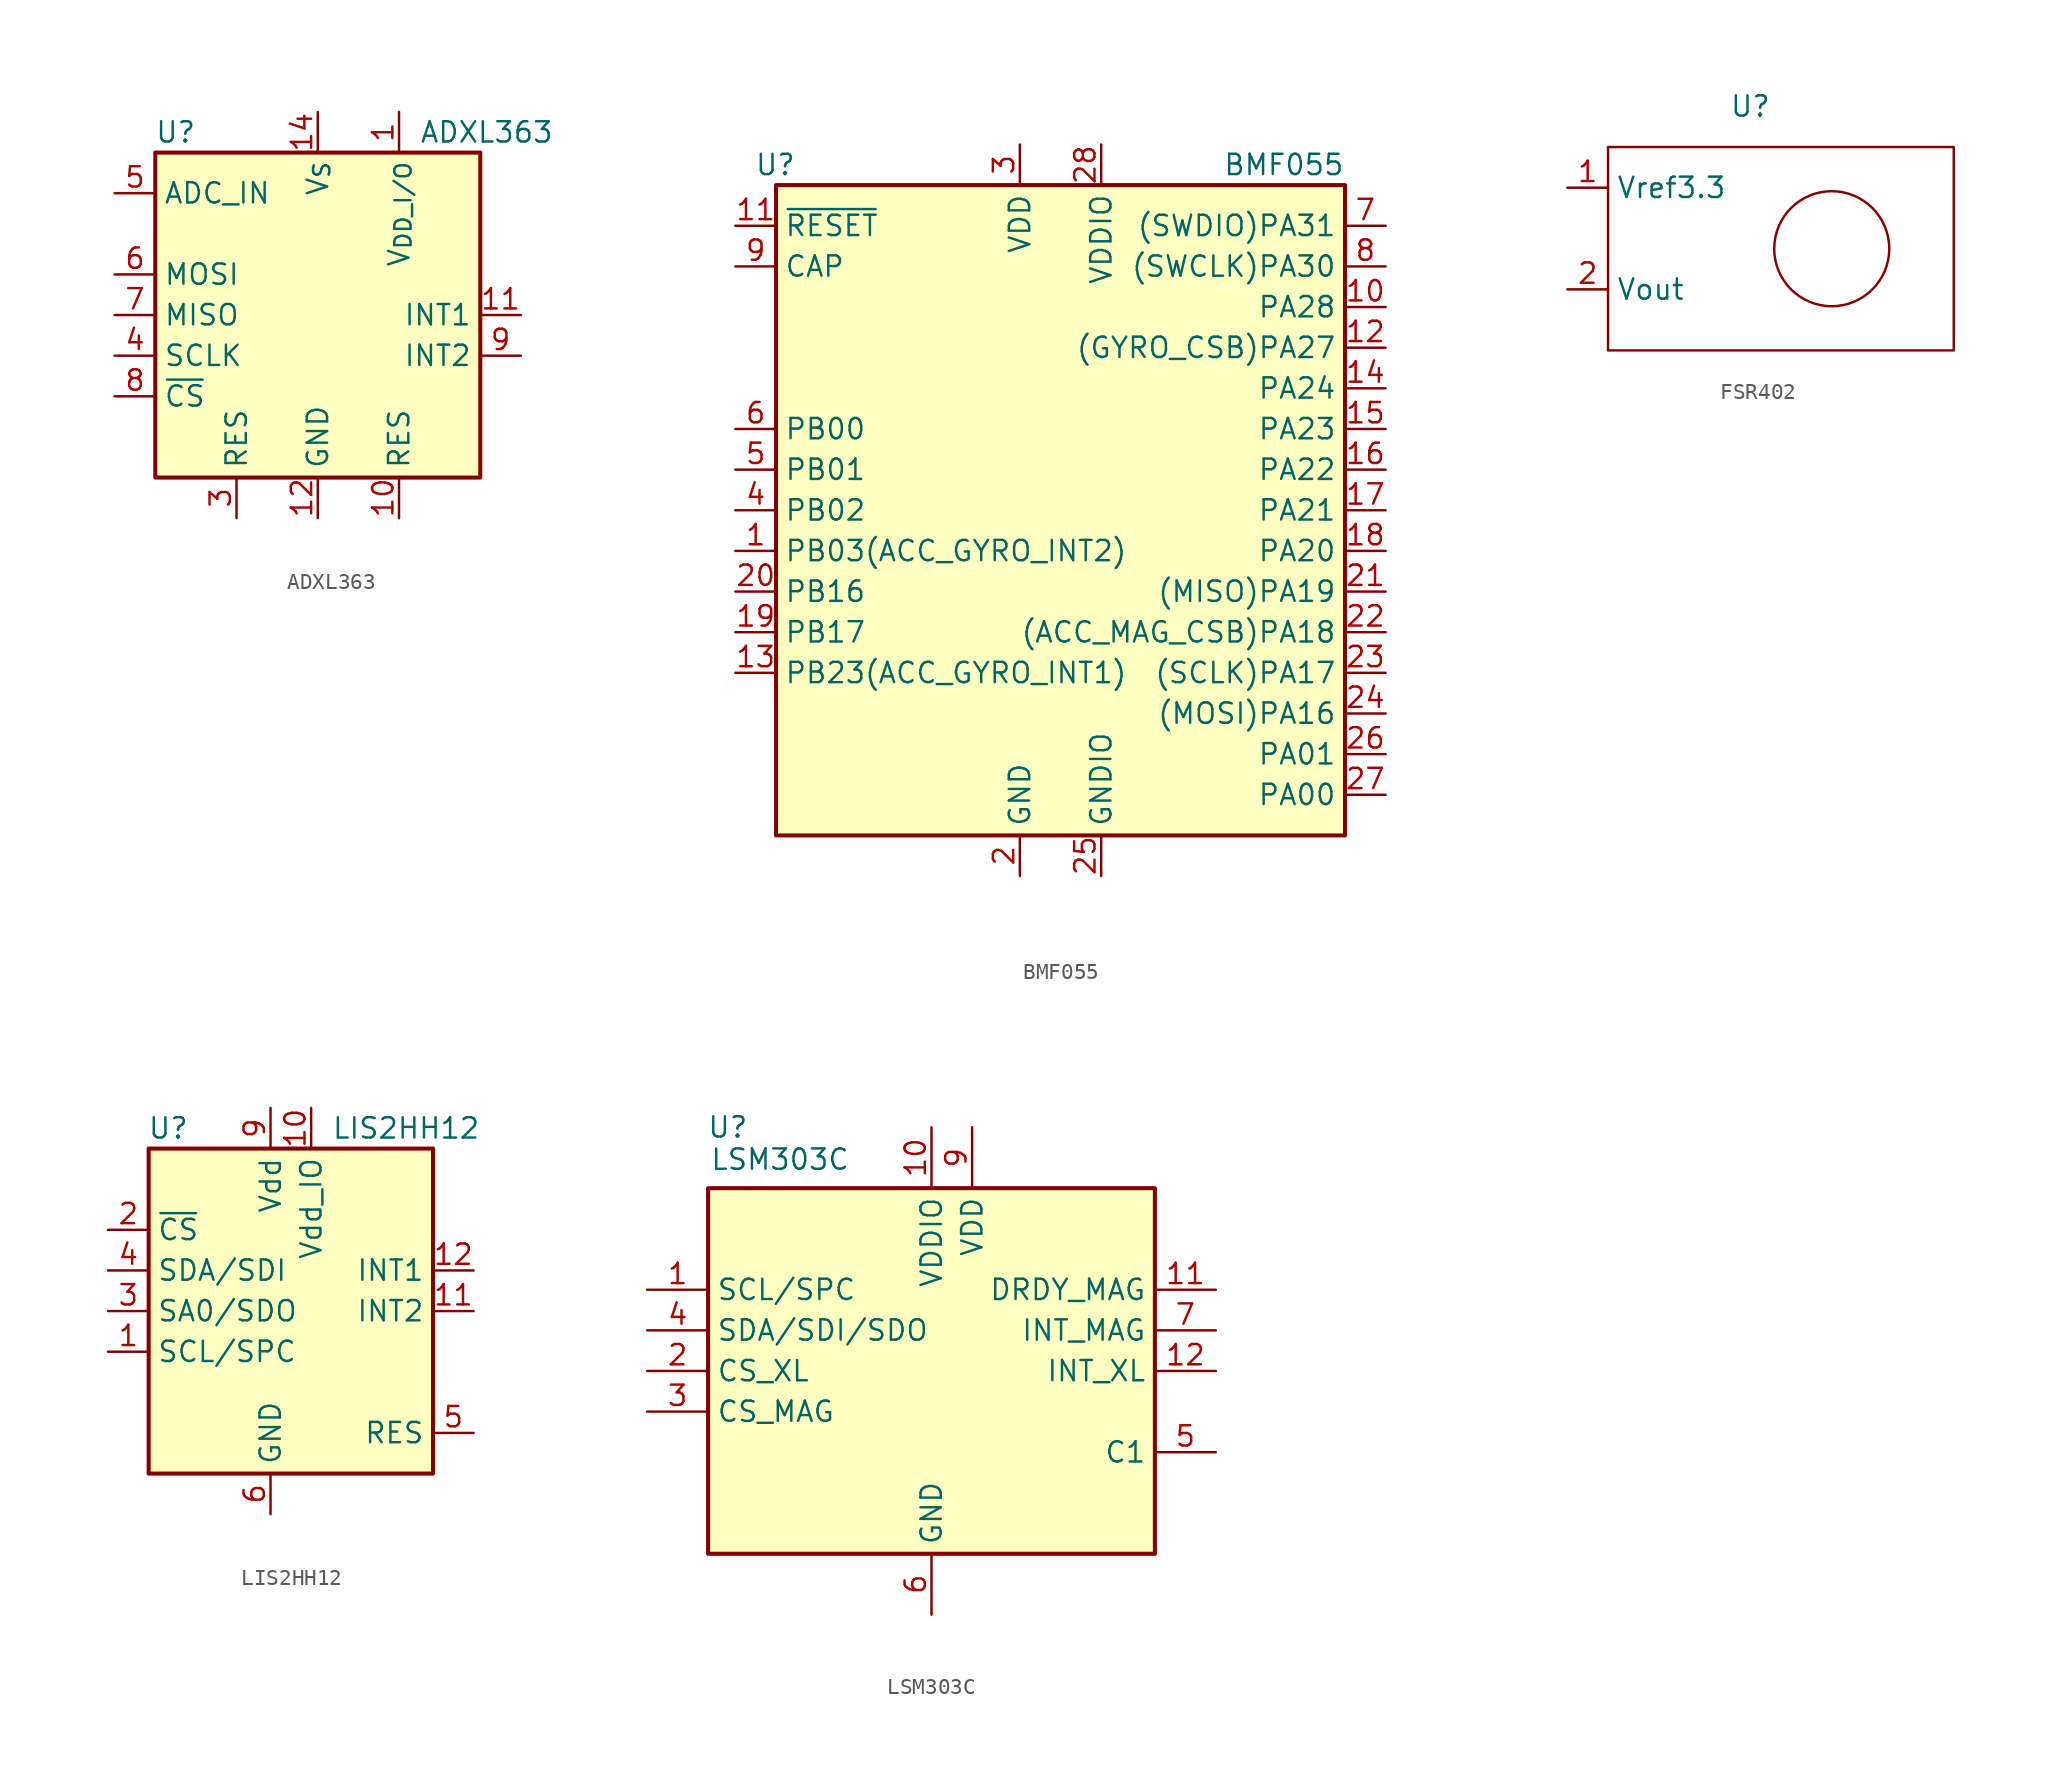
<source format=kicad_sym>
(kicad_symbol_lib
  (version 20231120)
  (generator "kicad_symbol_editor")
  (generator_version "8.0")
  (symbol "ADXL363"
    (property "Reference" "U"
      (at -8.89 11.43 0)
      (effects (font (size 1.27 1.27))))
    (property "Value" "ADXL363"
      (at 6.35 11.43 0)
      (effects (font (size 1.27 1.27)) (justify left)))
    (symbol "ADXL363_0_1"
      (rectangle (start -10.16 10.16) (end 10.16 -10.16) (stroke (width 0.254) (type default)) (fill (type background))))
    (symbol "ADXL363_1_1"
      (pin power_in line (at 5.08 12.7 270) (length 2.54) (name "V_{DD_I/O}" (effects (font (size 1.27 1.27)))) (number "1" (effects (font (size 1.27 1.27)))))
      (pin passive line (at 5.08 -12.7 90) (length 2.54) (name "RES" (effects (font (size 1.27 1.27)))) (number "10" (effects (font (size 1.27 1.27)))))
      (pin output line (at 12.7 0 180) (length 2.54) (name "INT1" (effects (font (size 1.27 1.27)))) (number "11" (effects (font (size 1.27 1.27)))))
      (pin power_in line (at 0 -12.7 90) (length 2.54) (name "GND" (effects (font (size 1.27 1.27)))) (number "12" (effects (font (size 1.27 1.27)))))
      (pin passive line (at 0 -12.7 90) (length 2.54) hide (name "GND" (effects (font (size 1.27 1.27)))) (number "13" (effects (font (size 1.27 1.27)))))
      (pin power_in line (at 0 12.7 270) (length 2.54) (name "V_{S}" (effects (font (size 1.27 1.27)))) (number "14" (effects (font (size 1.27 1.27)))))
      (pin passive line (at 0 -12.7 90) (length 2.54) hide (name "GND" (effects (font (size 1.27 1.27)))) (number "16" (effects (font (size 1.27 1.27)))))
      (pin passive line (at -5.08 -12.7 90) (length 2.54) (name "RES" (effects (font (size 1.27 1.27)))) (number "3" (effects (font (size 1.27 1.27)))))
      (pin input line (at -12.7 -2.54 0) (length 2.54) (name "SCLK" (effects (font (size 1.27 1.27)))) (number "4" (effects (font (size 1.27 1.27)))))
      (pin input line (at -12.7 7.62 0) (length 2.54) (name "ADC_IN" (effects (font (size 1.27 1.27)))) (number "5" (effects (font (size 1.27 1.27)))))
      (pin input line (at -12.7 2.54 0) (length 2.54) (name "MOSI" (effects (font (size 1.27 1.27)))) (number "6" (effects (font (size 1.27 1.27)))))
      (pin output line (at -12.7 0 0) (length 2.54) (name "MISO" (effects (font (size 1.27 1.27)))) (number "7" (effects (font (size 1.27 1.27)))))
      (pin input line (at -12.7 -5.08 0) (length 2.54) (name "~{CS}" (effects (font (size 1.27 1.27)))) (number "8" (effects (font (size 1.27 1.27)))))
      (pin output line (at 12.7 -2.54 180) (length 2.54) (name "INT2" (effects (font (size 1.27 1.27)))) (number "9" (effects (font (size 1.27 1.27)))))))
  (symbol "BMF055"
    (property "Reference" "U"
      (at -16.51 21.59 0)
      (effects (font (size 1.27 1.27)) (justify right)))
    (property "Value" "BMF055"
      (at 17.78 21.59 0)
      (effects (font (size 1.27 1.27)) (justify right)))
    (symbol "BMF055_0_1"
      (rectangle (start -17.78 20.32) (end 17.78 -20.32) (stroke (width 0.254) (type default)) (fill (type background))))
    (symbol "BMF055_1_1"
      (pin bidirectional line (at -20.32 -2.54 0) (length 2.54) (name "PB03(ACC_GYRO_INT2)" (effects (font (size 1.27 1.27)))) (number "1" (effects (font (size 1.27 1.27)))))
      (pin bidirectional line (at 20.32 12.7 180) (length 2.54) (name "PA28" (effects (font (size 1.27 1.27)))) (number "10" (effects (font (size 1.27 1.27)))))
      (pin input line (at -20.32 17.78 0) (length 2.54) (name "~{RESET}" (effects (font (size 1.27 1.27)))) (number "11" (effects (font (size 1.27 1.27)))))
      (pin bidirectional line (at 20.32 10.16 180) (length 2.54) (name "(GYRO_CSB)PA27" (effects (font (size 1.27 1.27)))) (number "12" (effects (font (size 1.27 1.27)))))
      (pin bidirectional line (at -20.32 -10.16 0) (length 2.54) (name "PB23(ACC_GYRO_INT1)" (effects (font (size 1.27 1.27)))) (number "13" (effects (font (size 1.27 1.27)))))
      (pin input line (at 20.32 7.62 180) (length 2.54) (name "PA24" (effects (font (size 1.27 1.27)))) (number "14" (effects (font (size 1.27 1.27)))))
      (pin bidirectional line (at 20.32 5.08 180) (length 2.54) (name "PA23" (effects (font (size 1.27 1.27)))) (number "15" (effects (font (size 1.27 1.27)))))
      (pin bidirectional line (at 20.32 2.54 180) (length 2.54) (name "PA22" (effects (font (size 1.27 1.27)))) (number "16" (effects (font (size 1.27 1.27)))))
      (pin bidirectional line (at 20.32 0 180) (length 2.54) (name "PA21" (effects (font (size 1.27 1.27)))) (number "17" (effects (font (size 1.27 1.27)))))
      (pin bidirectional line (at 20.32 -2.54 180) (length 2.54) (name "PA20" (effects (font (size 1.27 1.27)))) (number "18" (effects (font (size 1.27 1.27)))))
      (pin bidirectional line (at -20.32 -7.62 0) (length 2.54) (name "PB17" (effects (font (size 1.27 1.27)))) (number "19" (effects (font (size 1.27 1.27)))))
      (pin power_in line (at -2.54 -22.86 90) (length 2.54) (name "GND" (effects (font (size 1.27 1.27)))) (number "2" (effects (font (size 1.27 1.27)))))
      (pin bidirectional line (at -20.32 -5.08 0) (length 2.54) (name "PB16" (effects (font (size 1.27 1.27)))) (number "20" (effects (font (size 1.27 1.27)))))
      (pin bidirectional line (at 20.32 -5.08 180) (length 2.54) (name "(MISO)PA19" (effects (font (size 1.27 1.27)))) (number "21" (effects (font (size 1.27 1.27)))))
      (pin bidirectional line (at 20.32 -7.62 180) (length 2.54) (name "(ACC_MAG_CSB)PA18" (effects (font (size 1.27 1.27)))) (number "22" (effects (font (size 1.27 1.27)))))
      (pin bidirectional line (at 20.32 -10.16 180) (length 2.54) (name "(SCLK)PA17" (effects (font (size 1.27 1.27)))) (number "23" (effects (font (size 1.27 1.27)))))
      (pin bidirectional line (at 20.32 -12.7 180) (length 2.54) (name "(MOSI)PA16" (effects (font (size 1.27 1.27)))) (number "24" (effects (font (size 1.27 1.27)))))
      (pin power_in line (at 2.54 -22.86 90) (length 2.54) (name "GNDIO" (effects (font (size 1.27 1.27)))) (number "25" (effects (font (size 1.27 1.27)))))
      (pin bidirectional line (at 20.32 -15.24 180) (length 2.54) (name "PA01" (effects (font (size 1.27 1.27)))) (number "26" (effects (font (size 1.27 1.27)))))
      (pin bidirectional line (at 20.32 -17.78 180) (length 2.54) (name "PA00" (effects (font (size 1.27 1.27)))) (number "27" (effects (font (size 1.27 1.27)))))
      (pin power_in line (at 2.54 22.86 270) (length 2.54) (name "VDDIO" (effects (font (size 1.27 1.27)))) (number "28" (effects (font (size 1.27 1.27)))))
      (pin power_in line (at -2.54 22.86 270) (length 2.54) (name "VDD" (effects (font (size 1.27 1.27)))) (number "3" (effects (font (size 1.27 1.27)))))
      (pin bidirectional line (at -20.32 0 0) (length 2.54) (name "PB02" (effects (font (size 1.27 1.27)))) (number "4" (effects (font (size 1.27 1.27)))))
      (pin bidirectional line (at -20.32 2.54 0) (length 2.54) (name "PB01" (effects (font (size 1.27 1.27)))) (number "5" (effects (font (size 1.27 1.27)))))
      (pin bidirectional line (at -20.32 5.08 0) (length 2.54) (name "PB00" (effects (font (size 1.27 1.27)))) (number "6" (effects (font (size 1.27 1.27)))))
      (pin bidirectional line (at 20.32 17.78 180) (length 2.54) (name "(SWDIO)PA31" (effects (font (size 1.27 1.27)))) (number "7" (effects (font (size 1.27 1.27)))))
      (pin bidirectional line (at 20.32 15.24 180) (length 2.54) (name "(SWCLK)PA30" (effects (font (size 1.27 1.27)))) (number "8" (effects (font (size 1.27 1.27)))))
      (pin bidirectional line (at -20.32 15.24 0) (length 2.54) (name "CAP" (effects (font (size 1.27 1.27)))) (number "9" (effects (font (size 1.27 1.27)))))))
  (symbol "FSR402"
    (property "Reference" "U"
      (at 0 0 0)
      (effects (font (size 1.27 1.27))))
    (property "Value" ""
      (at 0 0 0)
      (effects (font (size 1.27 1.27))))
    (symbol "FSR402_0_1"
      (rectangle (start -8.89 -2.54) (end 12.7 -15.24) (stroke (width 0) (type default)) (fill (type none)))
      (circle (center 5.08 -8.89) (radius 3.592) (stroke (width 0) (type default)) (fill (type none))))
    (symbol "FSR402_1_1"
      (pin input line (at -11.43 -5.08 0) (length 2.54) (name "Vref3.3" (effects (font (size 1.27 1.27)))) (number "1" (effects (font (size 1.27 1.27)))))
      (pin output line (at -11.43 -11.43 0) (length 2.54) (name "Vout" (effects (font (size 1.27 1.27)))) (number "2" (effects (font (size 1.27 1.27)))))))
  (symbol "LIS2HH12"
    (property "Reference" "U"
      (at -5.08 11.43 0)
      (effects (font (size 1.27 1.27)) (justify right)))
    (property "Value" "LIS2HH12"
      (at 3.81 11.43 0)
      (effects (font (size 1.27 1.27)) (justify left)))
    (symbol "LIS2HH12_0_1"
      (rectangle (start -7.62 10.16) (end 10.16 -10.16) (stroke (width 0.254) (type default)) (fill (type background))))
    (symbol "LIS2HH12_1_1"
      (pin input line (at -10.16 -2.54 0) (length 2.54) (name "SCL/SPC" (effects (font (size 1.27 1.27)))) (number "1" (effects (font (size 1.27 1.27)))))
      (pin power_in line (at 2.54 12.7 270) (length 2.54) (name "Vdd_IO" (effects (font (size 1.27 1.27)))) (number "10" (effects (font (size 1.27 1.27)))))
      (pin output line (at 12.7 0 180) (length 2.54) (name "INT2" (effects (font (size 1.27 1.27)))) (number "11" (effects (font (size 1.27 1.27)))))
      (pin output line (at 12.7 2.54 180) (length 2.54) (name "INT1" (effects (font (size 1.27 1.27)))) (number "12" (effects (font (size 1.27 1.27)))))
      (pin input line (at -10.16 5.08 0) (length 2.54) (name "~{CS}" (effects (font (size 1.27 1.27)))) (number "2" (effects (font (size 1.27 1.27)))))
      (pin bidirectional line (at -10.16 0 0) (length 2.54) (name "SA0/SDO" (effects (font (size 1.27 1.27)))) (number "3" (effects (font (size 1.27 1.27)))))
      (pin bidirectional line (at -10.16 2.54 0) (length 2.54) (name "SDA/SDI" (effects (font (size 1.27 1.27)))) (number "4" (effects (font (size 1.27 1.27)))))
      (pin passive line (at 12.7 -7.62 180) (length 2.54) (name "RES" (effects (font (size 1.27 1.27)))) (number "5" (effects (font (size 1.27 1.27)))))
      (pin power_in line (at 0 -12.7 90) (length 2.54) (name "GND" (effects (font (size 1.27 1.27)))) (number "6" (effects (font (size 1.27 1.27)))))
      (pin passive line (at 0 -12.7 90) (length 2.54) hide (name "GND" (effects (font (size 1.27 1.27)))) (number "7" (effects (font (size 1.27 1.27)))))
      (pin passive line (at 0 -12.7 90) (length 2.54) hide (name "GND" (effects (font (size 1.27 1.27)))) (number "8" (effects (font (size 1.27 1.27)))))
      (pin power_in line (at 0 12.7 270) (length 2.54) (name "Vdd" (effects (font (size 1.27 1.27)))) (number "9" (effects (font (size 1.27 1.27)))))))
  (symbol "LSM303C"
    (property "Reference" "U"
      (at -11.43 15.24 0)
      (effects (font (size 1.27 1.27)) (justify right)))
    (property "Value" "LSM303C"
      (at -5.08 13.97 0)
      (effects (font (size 1.27 1.27)) (justify right top)))
    (symbol "LSM303C_0_1"
      (rectangle (start 13.97 11.43) (end -13.97 -11.43) (stroke (width 0.254) (type default)) (fill (type background))))
    (symbol "LSM303C_1_1"
      (pin input line (at -17.78 5.08 0) (length 3.81) (name "SCL/SPC" (effects (font (size 1.27 1.27)))) (number "1" (effects (font (size 1.27 1.27)))))
      (pin power_in line (at 0 15.24 270) (length 3.81) (name "VDDIO" (effects (font (size 1.27 1.27)))) (number "10" (effects (font (size 1.27 1.27)))))
      (pin output line (at 17.78 5.08 180) (length 3.81) (name "DRDY_MAG" (effects (font (size 1.27 1.27)))) (number "11" (effects (font (size 1.27 1.27)))))
      (pin output line (at 17.78 0 180) (length 3.81) (name "INT_XL" (effects (font (size 1.27 1.27)))) (number "12" (effects (font (size 1.27 1.27)))))
      (pin input line (at -17.78 0 0) (length 3.81) (name "CS_XL" (effects (font (size 1.27 1.27)))) (number "2" (effects (font (size 1.27 1.27)))))
      (pin input line (at -17.78 -2.54 0) (length 3.81) (name "CS_MAG" (effects (font (size 1.27 1.27)))) (number "3" (effects (font (size 1.27 1.27)))))
      (pin bidirectional line (at -17.78 2.54 0) (length 3.81) (name "SDA/SDI/SDO" (effects (font (size 1.27 1.27)))) (number "4" (effects (font (size 1.27 1.27)))))
      (pin passive line (at 17.78 -5.08 180) (length 3.81) (name "C1" (effects (font (size 1.27 1.27)))) (number "5" (effects (font (size 1.27 1.27)))))
      (pin power_in line (at 0 -15.24 90) (length 3.81) (name "GND" (effects (font (size 1.27 1.27)))) (number "6" (effects (font (size 1.27 1.27)))))
      (pin output line (at 17.78 2.54 180) (length 3.81) (name "INT_MAG" (effects (font (size 1.27 1.27)))) (number "7" (effects (font (size 1.27 1.27)))))
      (pin passive line (at 0 -15.24 90) (length 3.81) hide (name "GND" (effects (font (size 1.27 1.27)))) (number "8" (effects (font (size 1.27 1.27)))))
      (pin power_in line (at 2.54 15.24 270) (length 3.81) (name "VDD" (effects (font (size 1.27 1.27)))) (number "9" (effects (font (size 1.27 1.27))))))))
</source>
